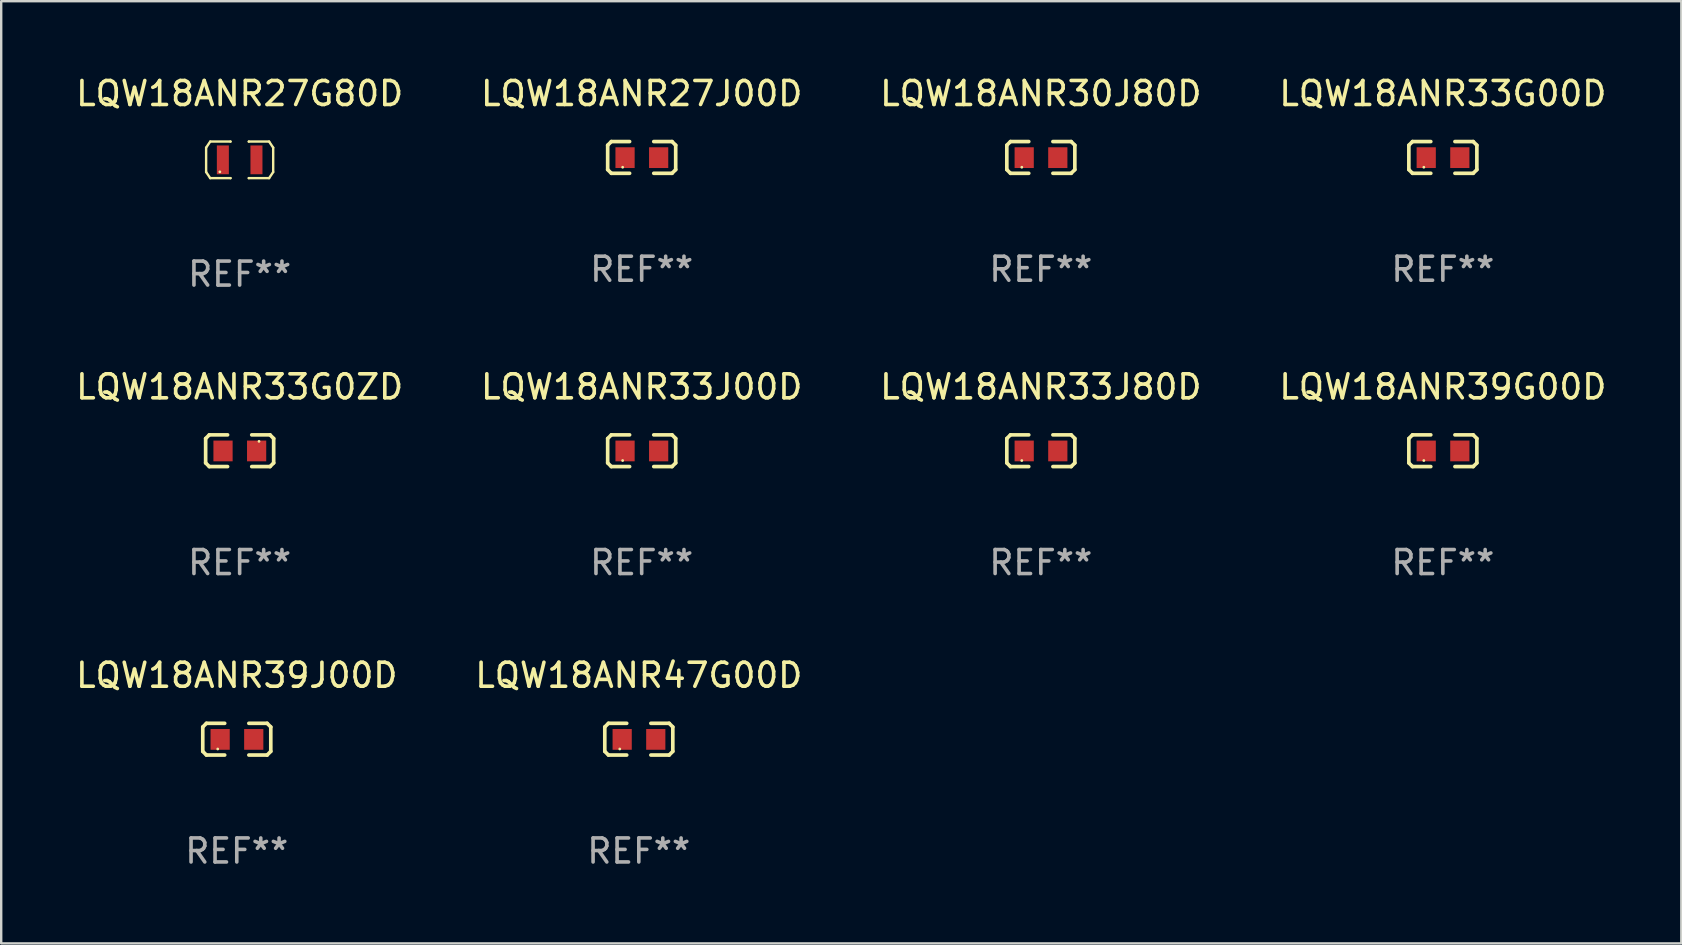
<source format=kicad_pcb>
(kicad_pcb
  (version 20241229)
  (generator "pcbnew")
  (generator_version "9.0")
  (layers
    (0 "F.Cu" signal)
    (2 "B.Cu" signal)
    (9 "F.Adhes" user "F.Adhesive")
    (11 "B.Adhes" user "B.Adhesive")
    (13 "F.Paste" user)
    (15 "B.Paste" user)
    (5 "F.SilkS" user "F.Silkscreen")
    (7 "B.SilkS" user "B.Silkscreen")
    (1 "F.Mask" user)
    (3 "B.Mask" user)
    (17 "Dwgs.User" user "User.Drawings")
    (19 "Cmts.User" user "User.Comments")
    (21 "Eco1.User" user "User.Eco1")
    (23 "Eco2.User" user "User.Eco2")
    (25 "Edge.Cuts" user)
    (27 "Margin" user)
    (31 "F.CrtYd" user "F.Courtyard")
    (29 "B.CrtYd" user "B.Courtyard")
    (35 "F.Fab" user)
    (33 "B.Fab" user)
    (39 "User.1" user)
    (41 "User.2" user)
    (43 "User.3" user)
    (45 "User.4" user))
  (footprint "LQW18ANR27J00D"
    (layer "F.Cu")
    (at 23.685 3.509)
    (property "Reference" "LQW18ANR27J00D" (at 0 -2.661 0) (layer "F.SilkS") (effects (font (size 1 1) (thickness 0.15))))
    (attr through_hole)
    (fp_line (start -1.417 -0.508) (end -1.265 -0.661) (stroke (width 0.152) (type solid)) (layer "F.SilkS"))
    (fp_line (start -1.417 0.508) (end -1.417 -0.508) (stroke (width 0.152) (type solid)) (layer "F.SilkS"))
    (fp_line (start -1.265 -0.661) (end -0.503 -0.661) (stroke (width 0.152) (type solid)) (layer "F.SilkS"))
    (fp_line (start -1.265 0.661) (end -1.417 0.508) (stroke (width 0.152) (type solid)) (layer "F.SilkS"))
    (fp_line (start -1.265 0.661) (end -0.503 0.661) (stroke (width 0.152) (type solid)) (layer "F.SilkS"))
    (fp_line (start 1.265 -0.661) (end 0.503 -0.661) (stroke (width 0.152) (type solid)) (layer "F.SilkS"))
    (fp_line (start 1.265 -0.661) (end 1.417 -0.508) (stroke (width 0.152) (type solid)) (layer "F.SilkS"))
    (fp_line (start 1.265 0.661) (end 0.503 0.661) (stroke (width 0.152) (type solid)) (layer "F.SilkS"))
    (fp_line (start 1.417 -0.508) (end 1.417 0.508) (stroke (width 0.152) (type solid)) (layer "F.SilkS"))
    (fp_line (start 1.417 0.508) (end 1.265 0.661) (stroke (width 0.152) (type solid)) (layer "F.SilkS"))
    (fp_circle (center -0.793 0.409) (end -0.763 0.409) (stroke (width 0.06) (type solid)) (fill no) (layer "F.SilkS"))
    (fp_text user "REF**" (at 0 4.661 0) (layer "F.Fab") (effects (font (size 1 1) (thickness 0.15))))
    (pad "1" smd rect (at -0.693 0.009 180) (size 0.8 0.864) (layers "F.Cu" "F.Mask" "F.Paste"))
    (pad "2" smd rect (at 0.707 0.009 180) (size 0.8 0.864) (layers "F.Cu" "F.Mask" "F.Paste")))
  (footprint "LQW18ANR33G0ZD"
    (layer "F.Cu")
    (at 6.935 15.729)
    (property "Reference" "LQW18ANR33G0ZD" (at 0 -2.661 0) (layer "F.SilkS") (effects (font (size 1 1) (thickness 0.15))))
    (attr through_hole)
    (fp_line (start -1.417 -0.508) (end -1.265 -0.661) (stroke (width 0.152) (type solid)) (layer "F.SilkS"))
    (fp_line (start -1.417 0.508) (end -1.417 -0.508) (stroke (width 0.152) (type solid)) (layer "F.SilkS"))
    (fp_line (start -1.265 -0.661) (end -0.503 -0.661) (stroke (width 0.152) (type solid)) (layer "F.SilkS"))
    (fp_line (start -1.265 0.661) (end -1.417 0.508) (stroke (width 0.152) (type solid)) (layer "F.SilkS"))
    (fp_line (start -1.265 0.661) (end -0.503 0.661) (stroke (width 0.152) (type solid)) (layer "F.SilkS"))
    (fp_line (start 1.265 -0.661) (end 0.503 -0.661) (stroke (width 0.152) (type solid)) (layer "F.SilkS"))
    (fp_line (start 1.265 -0.661) (end 1.417 -0.508) (stroke (width 0.152) (type solid)) (layer "F.SilkS"))
    (fp_line (start 1.265 0.661) (end 0.503 0.661) (stroke (width 0.152) (type solid)) (layer "F.SilkS"))
    (fp_line (start 1.417 -0.508) (end 1.417 0.508) (stroke (width 0.152) (type solid)) (layer "F.SilkS"))
    (fp_line (start 1.417 0.508) (end 1.265 0.661) (stroke (width 0.152) (type solid)) (layer "F.SilkS"))
    (fp_circle (center 0.807 -0.391) (end 0.837 -0.391) (stroke (width 0.06) (type solid)) (fill no) (layer "F.SilkS"))
    (fp_text user "REF**" (at 0 4.661 0) (layer "F.Fab") (effects (font (size 1 1) (thickness 0.15))))
    (pad "1" smd rect (at 0.707 0.009 180) (size 0.8 0.864) (layers "F.Cu" "F.Mask" "F.Paste"))
    (pad "2" smd rect (at -0.693 0.009 180) (size 0.8 0.864) (layers "F.Cu" "F.Mask" "F.Paste")))
  (footprint "LQW18ANR47G00D"
    (layer "F.Cu")
    (at 23.565 27.747)
    (property "Reference" "LQW18ANR47G00D" (at 0 -2.661 0) (layer "F.SilkS") (effects (font (size 1 1) (thickness 0.15))))
    (attr through_hole)
    (fp_line (start -1.417 -0.508) (end -1.265 -0.661) (stroke (width 0.152) (type solid)) (layer "F.SilkS"))
    (fp_line (start -1.417 0.508) (end -1.417 -0.508) (stroke (width 0.152) (type solid)) (layer "F.SilkS"))
    (fp_line (start -1.265 -0.661) (end -0.503 -0.661) (stroke (width 0.152) (type solid)) (layer "F.SilkS"))
    (fp_line (start -1.265 0.661) (end -1.417 0.508) (stroke (width 0.152) (type solid)) (layer "F.SilkS"))
    (fp_line (start -1.265 0.661) (end -0.503 0.661) (stroke (width 0.152) (type solid)) (layer "F.SilkS"))
    (fp_line (start 1.265 -0.661) (end 0.503 -0.661) (stroke (width 0.152) (type solid)) (layer "F.SilkS"))
    (fp_line (start 1.265 -0.661) (end 1.417 -0.508) (stroke (width 0.152) (type solid)) (layer "F.SilkS"))
    (fp_line (start 1.265 0.661) (end 0.503 0.661) (stroke (width 0.152) (type solid)) (layer "F.SilkS"))
    (fp_line (start 1.417 -0.508) (end 1.417 0.508) (stroke (width 0.152) (type solid)) (layer "F.SilkS"))
    (fp_line (start 1.417 0.508) (end 1.265 0.661) (stroke (width 0.152) (type solid)) (layer "F.SilkS"))
    (fp_circle (center -0.793 0.409) (end -0.763 0.409) (stroke (width 0.06) (type solid)) (fill no) (layer "F.SilkS"))
    (fp_text user "REF**" (at 0 4.661 0) (layer "F.Fab") (effects (font (size 1 1) (thickness 0.15))))
    (pad "1" smd rect (at -0.693 0.009 180) (size 0.8 0.864) (layers "F.Cu" "F.Mask" "F.Paste"))
    (pad "2" smd rect (at 0.707 0.009 180) (size 0.8 0.864) (layers "F.Cu" "F.Mask" "F.Paste")))
  (footprint "LQW18ANR39G00D"
    (layer "F.Cu")
    (at 57.065 15.729)
    (property "Reference" "LQW18ANR39G00D" (at 0 -2.661 0) (layer "F.SilkS") (effects (font (size 1 1) (thickness 0.15))))
    (attr through_hole)
    (fp_line (start -1.417 -0.508) (end -1.265 -0.661) (stroke (width 0.152) (type solid)) (layer "F.SilkS"))
    (fp_line (start -1.417 0.508) (end -1.417 -0.508) (stroke (width 0.152) (type solid)) (layer "F.SilkS"))
    (fp_line (start -1.265 -0.661) (end -0.503 -0.661) (stroke (width 0.152) (type solid)) (layer "F.SilkS"))
    (fp_line (start -1.265 0.661) (end -1.417 0.508) (stroke (width 0.152) (type solid)) (layer "F.SilkS"))
    (fp_line (start -1.265 0.661) (end -0.503 0.661) (stroke (width 0.152) (type solid)) (layer "F.SilkS"))
    (fp_line (start 1.265 -0.661) (end 0.503 -0.661) (stroke (width 0.152) (type solid)) (layer "F.SilkS"))
    (fp_line (start 1.265 -0.661) (end 1.417 -0.508) (stroke (width 0.152) (type solid)) (layer "F.SilkS"))
    (fp_line (start 1.265 0.661) (end 0.503 0.661) (stroke (width 0.152) (type solid)) (layer "F.SilkS"))
    (fp_line (start 1.417 -0.508) (end 1.417 0.508) (stroke (width 0.152) (type solid)) (layer "F.SilkS"))
    (fp_line (start 1.417 0.508) (end 1.265 0.661) (stroke (width 0.152) (type solid)) (layer "F.SilkS"))
    (fp_circle (center -0.793 0.409) (end -0.763 0.409) (stroke (width 0.06) (type solid)) (fill no) (layer "F.SilkS"))
    (fp_text user "REF**" (at 0 4.661 0) (layer "F.Fab") (effects (font (size 1 1) (thickness 0.15))))
    (pad "1" smd rect (at -0.693 0.009 180) (size 0.8 0.864) (layers "F.Cu" "F.Mask" "F.Paste"))
    (pad "2" smd rect (at 0.707 0.009 180) (size 0.8 0.864) (layers "F.Cu" "F.Mask" "F.Paste")))
  (footprint "LQW18ANR33J80D"
    (layer "F.Cu")
    (at 40.315 15.729)
    (property "Reference" "LQW18ANR33J80D" (at 0 -2.661 0) (layer "F.SilkS") (effects (font (size 1 1) (thickness 0.15))))
    (attr through_hole)
    (fp_line (start -1.417 -0.508) (end -1.265 -0.661) (stroke (width 0.152) (type solid)) (layer "F.SilkS"))
    (fp_line (start -1.417 0.508) (end -1.417 -0.508) (stroke (width 0.152) (type solid)) (layer "F.SilkS"))
    (fp_line (start -1.265 -0.661) (end -0.503 -0.661) (stroke (width 0.152) (type solid)) (layer "F.SilkS"))
    (fp_line (start -1.265 0.661) (end -1.417 0.508) (stroke (width 0.152) (type solid)) (layer "F.SilkS"))
    (fp_line (start -1.265 0.661) (end -0.503 0.661) (stroke (width 0.152) (type solid)) (layer "F.SilkS"))
    (fp_line (start 1.265 -0.661) (end 0.503 -0.661) (stroke (width 0.152) (type solid)) (layer "F.SilkS"))
    (fp_line (start 1.265 -0.661) (end 1.417 -0.508) (stroke (width 0.152) (type solid)) (layer "F.SilkS"))
    (fp_line (start 1.265 0.661) (end 0.503 0.661) (stroke (width 0.152) (type solid)) (layer "F.SilkS"))
    (fp_line (start 1.417 -0.508) (end 1.417 0.508) (stroke (width 0.152) (type solid)) (layer "F.SilkS"))
    (fp_line (start 1.417 0.508) (end 1.265 0.661) (stroke (width 0.152) (type solid)) (layer "F.SilkS"))
    (fp_circle (center -0.793 0.409) (end -0.763 0.409) (stroke (width 0.06) (type solid)) (fill no) (layer "F.SilkS"))
    (fp_text user "REF**" (at 0 4.661 0) (layer "F.Fab") (effects (font (size 1 1) (thickness 0.15))))
    (pad "1" smd rect (at -0.693 0.009 180) (size 0.8 0.864) (layers "F.Cu" "F.Mask" "F.Paste"))
    (pad "2" smd rect (at 0.707 0.009 180) (size 0.8 0.864) (layers "F.Cu" "F.Mask" "F.Paste")))
  (footprint "LQW18ANR27G80D"
    (layer "F.Cu")
    (at 6.935 3.61)
    (property "Reference" "LQW18ANR27G80D" (at 0 -2.762 0) (layer "F.SilkS") (effects (font (size 1 1) (thickness 0.15))))
    (attr through_hole)
    (fp_line (start -1.397 -0.508) (end -1.227 -0.762) (stroke (width 0.1) (type solid)) (layer "F.SilkS"))
    (fp_line (start -1.397 0.508) (end -1.397 -0.508) (stroke (width 0.1) (type solid)) (layer "F.SilkS"))
    (fp_line (start -1.227 -0.762) (end -0.381 -0.762) (stroke (width 0.1) (type solid)) (layer "F.SilkS"))
    (fp_line (start -1.227 0.762) (end -1.397 0.508) (stroke (width 0.1) (type solid)) (layer "F.SilkS"))
    (fp_line (start -0.381 -0.762) (end -0.381 -0.762) (stroke (width 0.1) (type solid)) (layer "F.SilkS"))
    (fp_line (start -0.381 0.762) (end -1.227 0.762) (stroke (width 0.1) (type solid)) (layer "F.SilkS"))
    (fp_line (start -0.381 0.762) (end -0.381 0.762) (stroke (width 0.1) (type solid)) (layer "F.SilkS"))
    (fp_line (start 0.381 -0.762) (end 0.381 -0.762) (stroke (width 0.1) (type solid)) (layer "F.SilkS"))
    (fp_line (start 0.381 -0.762) (end 1.227 -0.762) (stroke (width 0.1) (type solid)) (layer "F.SilkS"))
    (fp_line (start 0.381 0.762) (end 0.381 0.762) (stroke (width 0.1) (type solid)) (layer "F.SilkS"))
    (fp_line (start 1.227 -0.762) (end 1.397 -0.508) (stroke (width 0.1) (type solid)) (layer "F.SilkS"))
    (fp_line (start 1.227 0.762) (end 0.381 0.762) (stroke (width 0.1) (type solid)) (layer "F.SilkS"))
    (fp_line (start 1.397 -0.508) (end 1.397 0.508) (stroke (width 0.1) (type solid)) (layer "F.SilkS"))
    (fp_line (start 1.397 0.508) (end 1.227 0.762) (stroke (width 0.1) (type solid)) (layer "F.SilkS"))
    (fp_circle (center -0.825 0.5) (end -0.795 0.5) (stroke (width 0.06) (type solid)) (fill no) (layer "F.SilkS"))
    (fp_text user "REF**" (at 0 4.762 0) (layer "F.Fab") (effects (font (size 1 1) (thickness 0.15))))
    (pad "1" smd rect (at -0.7 0 90) (size 1.2 0.5) (layers "F.Cu" "F.Mask" "F.Paste"))
    (pad "2" smd rect (at 0.7 0 90) (size 1.2 0.5) (layers "F.Cu" "F.Mask" "F.Paste")))
  (footprint "LQW18ANR30J80D"
    (layer "F.Cu")
    (at 40.315 3.509)
    (property "Reference" "LQW18ANR30J80D" (at 0 -2.661 0) (layer "F.SilkS") (effects (font (size 1 1) (thickness 0.15))))
    (attr through_hole)
    (fp_line (start -1.417 -0.508) (end -1.265 -0.661) (stroke (width 0.152) (type solid)) (layer "F.SilkS"))
    (fp_line (start -1.417 0.508) (end -1.417 -0.508) (stroke (width 0.152) (type solid)) (layer "F.SilkS"))
    (fp_line (start -1.265 -0.661) (end -0.503 -0.661) (stroke (width 0.152) (type solid)) (layer "F.SilkS"))
    (fp_line (start -1.265 0.661) (end -1.417 0.508) (stroke (width 0.152) (type solid)) (layer "F.SilkS"))
    (fp_line (start -1.265 0.661) (end -0.503 0.661) (stroke (width 0.152) (type solid)) (layer "F.SilkS"))
    (fp_line (start 1.265 -0.661) (end 0.503 -0.661) (stroke (width 0.152) (type solid)) (layer "F.SilkS"))
    (fp_line (start 1.265 -0.661) (end 1.417 -0.508) (stroke (width 0.152) (type solid)) (layer "F.SilkS"))
    (fp_line (start 1.265 0.661) (end 0.503 0.661) (stroke (width 0.152) (type solid)) (layer "F.SilkS"))
    (fp_line (start 1.417 -0.508) (end 1.417 0.508) (stroke (width 0.152) (type solid)) (layer "F.SilkS"))
    (fp_line (start 1.417 0.508) (end 1.265 0.661) (stroke (width 0.152) (type solid)) (layer "F.SilkS"))
    (fp_circle (center -0.793 0.409) (end -0.763 0.409) (stroke (width 0.06) (type solid)) (fill no) (layer "F.SilkS"))
    (fp_text user "REF**" (at 0 4.661 0) (layer "F.Fab") (effects (font (size 1 1) (thickness 0.15))))
    (pad "1" smd rect (at -0.693 0.009 180) (size 0.8 0.864) (layers "F.Cu" "F.Mask" "F.Paste"))
    (pad "2" smd rect (at 0.707 0.009 180) (size 0.8 0.864) (layers "F.Cu" "F.Mask" "F.Paste")))
  (footprint "LQW18ANR33G00D"
    (layer "F.Cu")
    (at 57.065 3.509)
    (property "Reference" "LQW18ANR33G00D" (at 0 -2.661 0) (layer "F.SilkS") (effects (font (size 1 1) (thickness 0.15))))
    (attr through_hole)
    (fp_line (start -1.417 -0.508) (end -1.265 -0.661) (stroke (width 0.152) (type solid)) (layer "F.SilkS"))
    (fp_line (start -1.417 0.508) (end -1.417 -0.508) (stroke (width 0.152) (type solid)) (layer "F.SilkS"))
    (fp_line (start -1.265 -0.661) (end -0.503 -0.661) (stroke (width 0.152) (type solid)) (layer "F.SilkS"))
    (fp_line (start -1.265 0.661) (end -1.417 0.508) (stroke (width 0.152) (type solid)) (layer "F.SilkS"))
    (fp_line (start -1.265 0.661) (end -0.503 0.661) (stroke (width 0.152) (type solid)) (layer "F.SilkS"))
    (fp_line (start 1.265 -0.661) (end 0.503 -0.661) (stroke (width 0.152) (type solid)) (layer "F.SilkS"))
    (fp_line (start 1.265 -0.661) (end 1.417 -0.508) (stroke (width 0.152) (type solid)) (layer "F.SilkS"))
    (fp_line (start 1.265 0.661) (end 0.503 0.661) (stroke (width 0.152) (type solid)) (layer "F.SilkS"))
    (fp_line (start 1.417 -0.508) (end 1.417 0.508) (stroke (width 0.152) (type solid)) (layer "F.SilkS"))
    (fp_line (start 1.417 0.508) (end 1.265 0.661) (stroke (width 0.152) (type solid)) (layer "F.SilkS"))
    (fp_circle (center -0.793 0.409) (end -0.763 0.409) (stroke (width 0.06) (type solid)) (fill no) (layer "F.SilkS"))
    (fp_text user "REF**" (at 0 4.661 0) (layer "F.Fab") (effects (font (size 1 1) (thickness 0.15))))
    (pad "1" smd rect (at -0.693 0.009 180) (size 0.8 0.864) (layers "F.Cu" "F.Mask" "F.Paste"))
    (pad "2" smd rect (at 0.707 0.009 180) (size 0.8 0.864) (layers "F.Cu" "F.Mask" "F.Paste")))
  (footprint "LQW18ANR39J00D"
    (layer "F.Cu")
    (at 6.815 27.747)
    (property "Reference" "LQW18ANR39J00D" (at 0 -2.661 0) (layer "F.SilkS") (effects (font (size 1 1) (thickness 0.15))))
    (attr through_hole)
    (fp_line (start -1.417 -0.508) (end -1.265 -0.661) (stroke (width 0.152) (type solid)) (layer "F.SilkS"))
    (fp_line (start -1.417 0.508) (end -1.417 -0.508) (stroke (width 0.152) (type solid)) (layer "F.SilkS"))
    (fp_line (start -1.265 -0.661) (end -0.503 -0.661) (stroke (width 0.152) (type solid)) (layer "F.SilkS"))
    (fp_line (start -1.265 0.661) (end -1.417 0.508) (stroke (width 0.152) (type solid)) (layer "F.SilkS"))
    (fp_line (start -1.265 0.661) (end -0.503 0.661) (stroke (width 0.152) (type solid)) (layer "F.SilkS"))
    (fp_line (start 1.265 -0.661) (end 0.503 -0.661) (stroke (width 0.152) (type solid)) (layer "F.SilkS"))
    (fp_line (start 1.265 -0.661) (end 1.417 -0.508) (stroke (width 0.152) (type solid)) (layer "F.SilkS"))
    (fp_line (start 1.265 0.661) (end 0.503 0.661) (stroke (width 0.152) (type solid)) (layer "F.SilkS"))
    (fp_line (start 1.417 -0.508) (end 1.417 0.508) (stroke (width 0.152) (type solid)) (layer "F.SilkS"))
    (fp_line (start 1.417 0.508) (end 1.265 0.661) (stroke (width 0.152) (type solid)) (layer "F.SilkS"))
    (fp_circle (center -0.793 0.409) (end -0.763 0.409) (stroke (width 0.06) (type solid)) (fill no) (layer "F.SilkS"))
    (fp_text user "REF**" (at 0 4.661 0) (layer "F.Fab") (effects (font (size 1 1) (thickness 0.15))))
    (pad "1" smd rect (at -0.693 0.009 180) (size 0.8 0.864) (layers "F.Cu" "F.Mask" "F.Paste"))
    (pad "2" smd rect (at 0.707 0.009 180) (size 0.8 0.864) (layers "F.Cu" "F.Mask" "F.Paste")))
  (footprint "LQW18ANR33J00D"
    (layer "F.Cu")
    (at 23.685 15.729)
    (property "Reference" "LQW18ANR33J00D" (at 0 -2.661 0) (layer "F.SilkS") (effects (font (size 1 1) (thickness 0.15))))
    (attr through_hole)
    (fp_line (start -1.417 -0.508) (end -1.265 -0.661) (stroke (width 0.152) (type solid)) (layer "F.SilkS"))
    (fp_line (start -1.417 0.508) (end -1.417 -0.508) (stroke (width 0.152) (type solid)) (layer "F.SilkS"))
    (fp_line (start -1.265 -0.661) (end -0.503 -0.661) (stroke (width 0.152) (type solid)) (layer "F.SilkS"))
    (fp_line (start -1.265 0.661) (end -1.417 0.508) (stroke (width 0.152) (type solid)) (layer "F.SilkS"))
    (fp_line (start -1.265 0.661) (end -0.503 0.661) (stroke (width 0.152) (type solid)) (layer "F.SilkS"))
    (fp_line (start 1.265 -0.661) (end 0.503 -0.661) (stroke (width 0.152) (type solid)) (layer "F.SilkS"))
    (fp_line (start 1.265 -0.661) (end 1.417 -0.508) (stroke (width 0.152) (type solid)) (layer "F.SilkS"))
    (fp_line (start 1.265 0.661) (end 0.503 0.661) (stroke (width 0.152) (type solid)) (layer "F.SilkS"))
    (fp_line (start 1.417 -0.508) (end 1.417 0.508) (stroke (width 0.152) (type solid)) (layer "F.SilkS"))
    (fp_line (start 1.417 0.508) (end 1.265 0.661) (stroke (width 0.152) (type solid)) (layer "F.SilkS"))
    (fp_circle (center -0.793 0.409) (end -0.763 0.409) (stroke (width 0.06) (type solid)) (fill no) (layer "F.SilkS"))
    (fp_text user "REF**" (at 0 4.661 0) (layer "F.Fab") (effects (font (size 1 1) (thickness 0.15))))
    (pad "1" smd rect (at -0.693 0.009 180) (size 0.8 0.864) (layers "F.Cu" "F.Mask" "F.Paste"))
    (pad "2" smd rect (at 0.707 0.009 180) (size 0.8 0.864) (layers "F.Cu" "F.Mask" "F.Paste")))
  (gr_rect
    (start -3 -3)
    (end 67 36.256)
    (stroke (width 0.1) (type default))
    (fill no)
    (layer "Edge.Cuts")))
</source>
